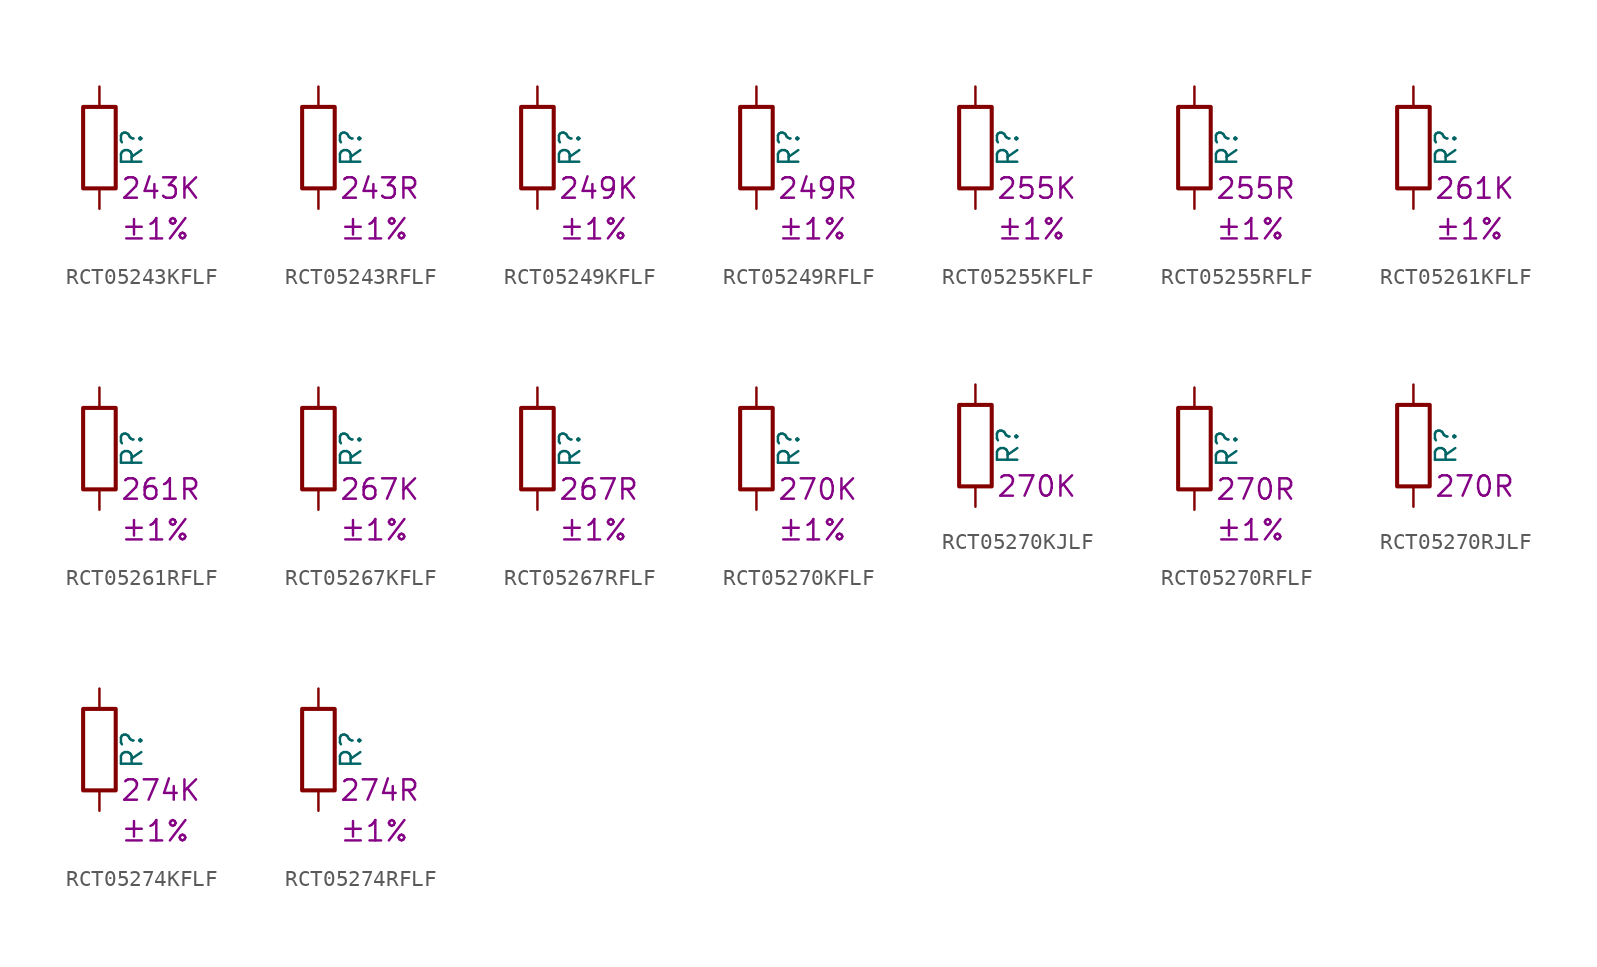
<source format=kicad_sym>
(kicad_symbol_lib
  (version 20220914)
  (generator kicad_symbol_editor)
  (symbol "RCT05243KFLF"
    (pin_numbers hide)
    (pin_names
      (offset 0))
    (property "Reference" "R"
      (at 2.032 0 90)
      (effects (font (size 1.27 1.27))))
    (property "Resistance" "243K"
      (at 1.27 -2.54 0)
      (effects (font (size 1.27 1.27)) (justify left)))
    (property "Tolerance" "±1%"
      (at 1.27 -5.08 0)
      (effects (font (size 1.27 1.27)) (justify left)))
    (symbol "RCT05243KFLF_0_1"
      (rectangle (start -1.016 -2.54) (end 1.016 2.54) (stroke (width 0.254) (type default)) (fill (type none))))
    (symbol "RCT05243KFLF_1_1"
      (pin passive line (at 0 3.81 270) (length 1.27) (name "~" (effects (font (size 1.27 1.27)))) (number "1" (effects (font (size 1.27 1.27)))))
      (pin passive line (at 0 -3.81 90) (length 1.27) (name "~" (effects (font (size 1.27 1.27)))) (number "2" (effects (font (size 1.27 1.27)))))))
  (symbol "RCT05243RFLF"
    (pin_numbers hide)
    (pin_names
      (offset 0))
    (property "Reference" "R"
      (at 2.032 0 90)
      (effects (font (size 1.27 1.27))))
    (property "Resistance" "243R"
      (at 1.27 -2.54 0)
      (effects (font (size 1.27 1.27)) (justify left)))
    (property "Tolerance" "±1%"
      (at 1.27 -5.08 0)
      (effects (font (size 1.27 1.27)) (justify left)))
    (symbol "RCT05243RFLF_0_1"
      (rectangle (start -1.016 -2.54) (end 1.016 2.54) (stroke (width 0.254) (type default)) (fill (type none))))
    (symbol "RCT05243RFLF_1_1"
      (pin passive line (at 0 3.81 270) (length 1.27) (name "~" (effects (font (size 1.27 1.27)))) (number "1" (effects (font (size 1.27 1.27)))))
      (pin passive line (at 0 -3.81 90) (length 1.27) (name "~" (effects (font (size 1.27 1.27)))) (number "2" (effects (font (size 1.27 1.27)))))))
  (symbol "RCT05249KFLF"
    (pin_numbers hide)
    (pin_names
      (offset 0))
    (property "Reference" "R"
      (at 2.032 0 90)
      (effects (font (size 1.27 1.27))))
    (property "Resistance" "249K"
      (at 1.27 -2.54 0)
      (effects (font (size 1.27 1.27)) (justify left)))
    (property "Tolerance" "±1%"
      (at 1.27 -5.08 0)
      (effects (font (size 1.27 1.27)) (justify left)))
    (symbol "RCT05249KFLF_0_1"
      (rectangle (start -1.016 -2.54) (end 1.016 2.54) (stroke (width 0.254) (type default)) (fill (type none))))
    (symbol "RCT05249KFLF_1_1"
      (pin passive line (at 0 3.81 270) (length 1.27) (name "~" (effects (font (size 1.27 1.27)))) (number "1" (effects (font (size 1.27 1.27)))))
      (pin passive line (at 0 -3.81 90) (length 1.27) (name "~" (effects (font (size 1.27 1.27)))) (number "2" (effects (font (size 1.27 1.27)))))))
  (symbol "RCT05249RFLF"
    (pin_numbers hide)
    (pin_names
      (offset 0))
    (property "Reference" "R"
      (at 2.032 0 90)
      (effects (font (size 1.27 1.27))))
    (property "Resistance" "249R"
      (at 1.27 -2.54 0)
      (effects (font (size 1.27 1.27)) (justify left)))
    (property "Tolerance" "±1%"
      (at 1.27 -5.08 0)
      (effects (font (size 1.27 1.27)) (justify left)))
    (symbol "RCT05249RFLF_0_1"
      (rectangle (start -1.016 -2.54) (end 1.016 2.54) (stroke (width 0.254) (type default)) (fill (type none))))
    (symbol "RCT05249RFLF_1_1"
      (pin passive line (at 0 3.81 270) (length 1.27) (name "~" (effects (font (size 1.27 1.27)))) (number "1" (effects (font (size 1.27 1.27)))))
      (pin passive line (at 0 -3.81 90) (length 1.27) (name "~" (effects (font (size 1.27 1.27)))) (number "2" (effects (font (size 1.27 1.27)))))))
  (symbol "RCT05255KFLF"
    (pin_numbers hide)
    (pin_names
      (offset 0))
    (property "Reference" "R"
      (at 2.032 0 90)
      (effects (font (size 1.27 1.27))))
    (property "Resistance" "255K"
      (at 1.27 -2.54 0)
      (effects (font (size 1.27 1.27)) (justify left)))
    (property "Tolerance" "±1%"
      (at 1.27 -5.08 0)
      (effects (font (size 1.27 1.27)) (justify left)))
    (symbol "RCT05255KFLF_0_1"
      (rectangle (start -1.016 -2.54) (end 1.016 2.54) (stroke (width 0.254) (type default)) (fill (type none))))
    (symbol "RCT05255KFLF_1_1"
      (pin passive line (at 0 3.81 270) (length 1.27) (name "~" (effects (font (size 1.27 1.27)))) (number "1" (effects (font (size 1.27 1.27)))))
      (pin passive line (at 0 -3.81 90) (length 1.27) (name "~" (effects (font (size 1.27 1.27)))) (number "2" (effects (font (size 1.27 1.27)))))))
  (symbol "RCT05255RFLF"
    (pin_numbers hide)
    (pin_names
      (offset 0))
    (property "Reference" "R"
      (at 2.032 0 90)
      (effects (font (size 1.27 1.27))))
    (property "Resistance" "255R"
      (at 1.27 -2.54 0)
      (effects (font (size 1.27 1.27)) (justify left)))
    (property "Tolerance" "±1%"
      (at 1.27 -5.08 0)
      (effects (font (size 1.27 1.27)) (justify left)))
    (symbol "RCT05255RFLF_0_1"
      (rectangle (start -1.016 -2.54) (end 1.016 2.54) (stroke (width 0.254) (type default)) (fill (type none))))
    (symbol "RCT05255RFLF_1_1"
      (pin passive line (at 0 3.81 270) (length 1.27) (name "~" (effects (font (size 1.27 1.27)))) (number "1" (effects (font (size 1.27 1.27)))))
      (pin passive line (at 0 -3.81 90) (length 1.27) (name "~" (effects (font (size 1.27 1.27)))) (number "2" (effects (font (size 1.27 1.27)))))))
  (symbol "RCT05261KFLF"
    (pin_numbers hide)
    (pin_names
      (offset 0))
    (property "Reference" "R"
      (at 2.032 0 90)
      (effects (font (size 1.27 1.27))))
    (property "Resistance" "261K"
      (at 1.27 -2.54 0)
      (effects (font (size 1.27 1.27)) (justify left)))
    (property "Tolerance" "±1%"
      (at 1.27 -5.08 0)
      (effects (font (size 1.27 1.27)) (justify left)))
    (symbol "RCT05261KFLF_0_1"
      (rectangle (start -1.016 -2.54) (end 1.016 2.54) (stroke (width 0.254) (type default)) (fill (type none))))
    (symbol "RCT05261KFLF_1_1"
      (pin passive line (at 0 3.81 270) (length 1.27) (name "~" (effects (font (size 1.27 1.27)))) (number "1" (effects (font (size 1.27 1.27)))))
      (pin passive line (at 0 -3.81 90) (length 1.27) (name "~" (effects (font (size 1.27 1.27)))) (number "2" (effects (font (size 1.27 1.27)))))))
  (symbol "RCT05261RFLF"
    (pin_numbers hide)
    (pin_names
      (offset 0))
    (property "Reference" "R"
      (at 2.032 0 90)
      (effects (font (size 1.27 1.27))))
    (property "Resistance" "261R"
      (at 1.27 -2.54 0)
      (effects (font (size 1.27 1.27)) (justify left)))
    (property "Tolerance" "±1%"
      (at 1.27 -5.08 0)
      (effects (font (size 1.27 1.27)) (justify left)))
    (symbol "RCT05261RFLF_0_1"
      (rectangle (start -1.016 -2.54) (end 1.016 2.54) (stroke (width 0.254) (type default)) (fill (type none))))
    (symbol "RCT05261RFLF_1_1"
      (pin passive line (at 0 3.81 270) (length 1.27) (name "~" (effects (font (size 1.27 1.27)))) (number "1" (effects (font (size 1.27 1.27)))))
      (pin passive line (at 0 -3.81 90) (length 1.27) (name "~" (effects (font (size 1.27 1.27)))) (number "2" (effects (font (size 1.27 1.27)))))))
  (symbol "RCT05267KFLF"
    (pin_numbers hide)
    (pin_names
      (offset 0))
    (property "Reference" "R"
      (at 2.032 0 90)
      (effects (font (size 1.27 1.27))))
    (property "Resistance" "267K"
      (at 1.27 -2.54 0)
      (effects (font (size 1.27 1.27)) (justify left)))
    (property "Tolerance" "±1%"
      (at 1.27 -5.08 0)
      (effects (font (size 1.27 1.27)) (justify left)))
    (symbol "RCT05267KFLF_0_1"
      (rectangle (start -1.016 -2.54) (end 1.016 2.54) (stroke (width 0.254) (type default)) (fill (type none))))
    (symbol "RCT05267KFLF_1_1"
      (pin passive line (at 0 3.81 270) (length 1.27) (name "~" (effects (font (size 1.27 1.27)))) (number "1" (effects (font (size 1.27 1.27)))))
      (pin passive line (at 0 -3.81 90) (length 1.27) (name "~" (effects (font (size 1.27 1.27)))) (number "2" (effects (font (size 1.27 1.27)))))))
  (symbol "RCT05267RFLF"
    (pin_numbers hide)
    (pin_names
      (offset 0))
    (property "Reference" "R"
      (at 2.032 0 90)
      (effects (font (size 1.27 1.27))))
    (property "Resistance" "267R"
      (at 1.27 -2.54 0)
      (effects (font (size 1.27 1.27)) (justify left)))
    (property "Tolerance" "±1%"
      (at 1.27 -5.08 0)
      (effects (font (size 1.27 1.27)) (justify left)))
    (symbol "RCT05267RFLF_0_1"
      (rectangle (start -1.016 -2.54) (end 1.016 2.54) (stroke (width 0.254) (type default)) (fill (type none))))
    (symbol "RCT05267RFLF_1_1"
      (pin passive line (at 0 3.81 270) (length 1.27) (name "~" (effects (font (size 1.27 1.27)))) (number "1" (effects (font (size 1.27 1.27)))))
      (pin passive line (at 0 -3.81 90) (length 1.27) (name "~" (effects (font (size 1.27 1.27)))) (number "2" (effects (font (size 1.27 1.27)))))))
  (symbol "RCT05270KFLF"
    (pin_numbers hide)
    (pin_names
      (offset 0))
    (property "Reference" "R"
      (at 2.032 0 90)
      (effects (font (size 1.27 1.27))))
    (property "Resistance" "270K"
      (at 1.27 -2.54 0)
      (effects (font (size 1.27 1.27)) (justify left)))
    (property "Tolerance" "±1%"
      (at 1.27 -5.08 0)
      (effects (font (size 1.27 1.27)) (justify left)))
    (symbol "RCT05270KFLF_0_1"
      (rectangle (start -1.016 -2.54) (end 1.016 2.54) (stroke (width 0.254) (type default)) (fill (type none))))
    (symbol "RCT05270KFLF_1_1"
      (pin passive line (at 0 3.81 270) (length 1.27) (name "~" (effects (font (size 1.27 1.27)))) (number "1" (effects (font (size 1.27 1.27)))))
      (pin passive line (at 0 -3.81 90) (length 1.27) (name "~" (effects (font (size 1.27 1.27)))) (number "2" (effects (font (size 1.27 1.27)))))))
  (symbol "RCT05270KJLF"
    (pin_numbers hide)
    (pin_names
      (offset 0))
    (property "Reference" "R"
      (at 2.032 0 90)
      (effects (font (size 1.27 1.27))))
    (property "Resistance" "270K"
      (at 1.27 -2.54 0)
      (effects (font (size 1.27 1.27)) (justify left)))
    (symbol "RCT05270KJLF_0_1"
      (rectangle (start -1.016 -2.54) (end 1.016 2.54) (stroke (width 0.254) (type default)) (fill (type none))))
    (symbol "RCT05270KJLF_1_1"
      (pin passive line (at 0 3.81 270) (length 1.27) (name "~" (effects (font (size 1.27 1.27)))) (number "1" (effects (font (size 1.27 1.27)))))
      (pin passive line (at 0 -3.81 90) (length 1.27) (name "~" (effects (font (size 1.27 1.27)))) (number "2" (effects (font (size 1.27 1.27)))))))
  (symbol "RCT05270RFLF"
    (pin_numbers hide)
    (pin_names
      (offset 0))
    (property "Reference" "R"
      (at 2.032 0 90)
      (effects (font (size 1.27 1.27))))
    (property "Resistance" "270R"
      (at 1.27 -2.54 0)
      (effects (font (size 1.27 1.27)) (justify left)))
    (property "Tolerance" "±1%"
      (at 1.27 -5.08 0)
      (effects (font (size 1.27 1.27)) (justify left)))
    (symbol "RCT05270RFLF_0_1"
      (rectangle (start -1.016 -2.54) (end 1.016 2.54) (stroke (width 0.254) (type default)) (fill (type none))))
    (symbol "RCT05270RFLF_1_1"
      (pin passive line (at 0 3.81 270) (length 1.27) (name "~" (effects (font (size 1.27 1.27)))) (number "1" (effects (font (size 1.27 1.27)))))
      (pin passive line (at 0 -3.81 90) (length 1.27) (name "~" (effects (font (size 1.27 1.27)))) (number "2" (effects (font (size 1.27 1.27)))))))
  (symbol "RCT05270RJLF"
    (pin_numbers hide)
    (pin_names
      (offset 0))
    (property "Reference" "R"
      (at 2.032 0 90)
      (effects (font (size 1.27 1.27))))
    (property "Resistance" "270R"
      (at 1.27 -2.54 0)
      (effects (font (size 1.27 1.27)) (justify left)))
    (symbol "RCT05270RJLF_0_1"
      (rectangle (start -1.016 -2.54) (end 1.016 2.54) (stroke (width 0.254) (type default)) (fill (type none))))
    (symbol "RCT05270RJLF_1_1"
      (pin passive line (at 0 3.81 270) (length 1.27) (name "~" (effects (font (size 1.27 1.27)))) (number "1" (effects (font (size 1.27 1.27)))))
      (pin passive line (at 0 -3.81 90) (length 1.27) (name "~" (effects (font (size 1.27 1.27)))) (number "2" (effects (font (size 1.27 1.27)))))))
  (symbol "RCT05274KFLF"
    (pin_numbers hide)
    (pin_names
      (offset 0))
    (property "Reference" "R"
      (at 2.032 0 90)
      (effects (font (size 1.27 1.27))))
    (property "Resistance" "274K"
      (at 1.27 -2.54 0)
      (effects (font (size 1.27 1.27)) (justify left)))
    (property "Tolerance" "±1%"
      (at 1.27 -5.08 0)
      (effects (font (size 1.27 1.27)) (justify left)))
    (symbol "RCT05274KFLF_0_1"
      (rectangle (start -1.016 -2.54) (end 1.016 2.54) (stroke (width 0.254) (type default)) (fill (type none))))
    (symbol "RCT05274KFLF_1_1"
      (pin passive line (at 0 3.81 270) (length 1.27) (name "~" (effects (font (size 1.27 1.27)))) (number "1" (effects (font (size 1.27 1.27)))))
      (pin passive line (at 0 -3.81 90) (length 1.27) (name "~" (effects (font (size 1.27 1.27)))) (number "2" (effects (font (size 1.27 1.27)))))))
  (symbol "RCT05274RFLF"
    (pin_numbers hide)
    (pin_names
      (offset 0))
    (property "Reference" "R"
      (at 2.032 0 90)
      (effects (font (size 1.27 1.27))))
    (property "Resistance" "274R"
      (at 1.27 -2.54 0)
      (effects (font (size 1.27 1.27)) (justify left)))
    (property "Tolerance" "±1%"
      (at 1.27 -5.08 0)
      (effects (font (size 1.27 1.27)) (justify left)))
    (symbol "RCT05274RFLF_0_1"
      (rectangle (start -1.016 -2.54) (end 1.016 2.54) (stroke (width 0.254) (type default)) (fill (type none))))
    (symbol "RCT05274RFLF_1_1"
      (pin passive line (at 0 3.81 270) (length 1.27) (name "~" (effects (font (size 1.27 1.27)))) (number "1" (effects (font (size 1.27 1.27)))))
      (pin passive line (at 0 -3.81 90) (length 1.27) (name "~" (effects (font (size 1.27 1.27)))) (number "2" (effects (font (size 1.27 1.27))))))))
</source>
